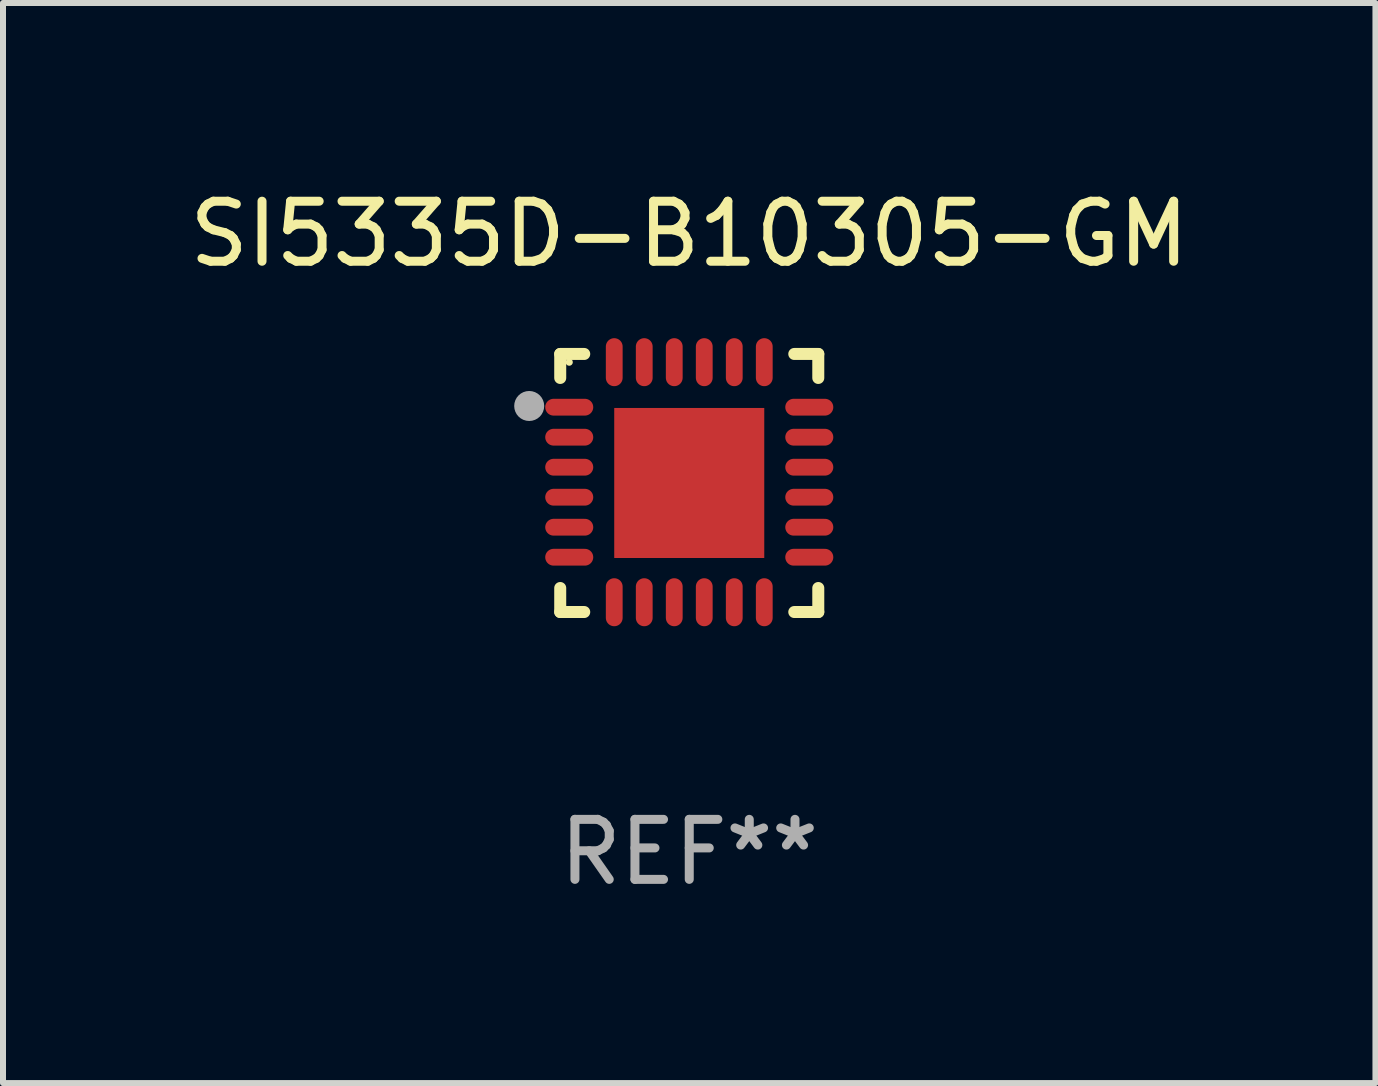
<source format=kicad_pcb>
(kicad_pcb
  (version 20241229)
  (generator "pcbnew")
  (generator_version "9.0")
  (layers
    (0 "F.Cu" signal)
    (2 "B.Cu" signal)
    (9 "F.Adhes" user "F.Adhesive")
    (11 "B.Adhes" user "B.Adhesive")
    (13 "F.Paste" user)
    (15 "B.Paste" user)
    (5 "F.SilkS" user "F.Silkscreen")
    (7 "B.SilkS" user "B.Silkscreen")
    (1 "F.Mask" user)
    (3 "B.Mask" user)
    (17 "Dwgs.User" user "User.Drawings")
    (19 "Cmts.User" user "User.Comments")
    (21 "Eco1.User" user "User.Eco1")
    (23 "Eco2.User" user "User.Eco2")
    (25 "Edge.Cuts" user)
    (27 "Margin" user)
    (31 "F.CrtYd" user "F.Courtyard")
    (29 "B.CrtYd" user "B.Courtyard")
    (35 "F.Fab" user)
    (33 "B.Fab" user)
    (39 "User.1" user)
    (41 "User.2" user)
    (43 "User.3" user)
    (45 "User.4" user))
  (footprint "SI5335D-B10305-GM"
    (layer "F.Cu")
    (at 8.435 4.998)
    (property "Reference" "SI5335D-B10305-GM" (at 0 -4.15 0) (layer "F.SilkS") (effects (font (size 1 1) (thickness 0.15))))
    (attr through_hole)
    (fp_line (start -2.15 -2.15) (end -1.75 -2.15) (stroke (width 0.2) (type solid)) (layer "F.SilkS"))
    (fp_line (start -2.15 -1.75) (end -2.15 -2.15) (stroke (width 0.2) (type solid)) (layer "F.SilkS"))
    (fp_line (start -2.15 2.15) (end -2.15 1.75) (stroke (width 0.2) (type solid)) (layer "F.SilkS"))
    (fp_line (start -1.75 2.15) (end -2.15 2.15) (stroke (width 0.2) (type solid)) (layer "F.SilkS"))
    (fp_line (start 1.75 -2.15) (end 2.15 -2.15) (stroke (width 0.2) (type solid)) (layer "F.SilkS"))
    (fp_line (start 1.75 2.15) (end 2.15 2.15) (stroke (width 0.2) (type solid)) (layer "F.SilkS"))
    (fp_line (start 2.15 -2.15) (end 2.15 -1.75) (stroke (width 0.2) (type solid)) (layer "F.SilkS"))
    (fp_line (start 2.15 2.15) (end 2.15 1.75) (stroke (width 0.2) (type solid)) (layer "F.SilkS"))
    (fp_circle (center -2 -2.013) (end -1.97 -2.013) (stroke (width 0.06) (type solid)) (fill no) (layer "F.SilkS"))
    (fp_circle (center -2.667 -1.283) (end -2.542 -1.283) (stroke (width 0.25) (type solid)) (fill no) (layer "F.Fab"))
    (fp_text user "REF**" (at 0 6.15 0) (layer "F.Fab") (effects (font (size 1 1) (thickness 0.15))))
    (pad "1" smd oval (at -2 -1.263) (size 0.8 0.28) (layers "F.Cu" "F.Mask" "F.Paste"))
    (pad "2" smd oval (at -2 -0.763) (size 0.8 0.28) (layers "F.Cu" "F.Mask" "F.Paste"))
    (pad "3" smd oval (at -2 -0.263) (size 0.8 0.28) (layers "F.Cu" "F.Mask" "F.Paste"))
    (pad "4" smd oval (at -2 0.237) (size 0.8 0.28) (layers "F.Cu" "F.Mask" "F.Paste"))
    (pad "5" smd oval (at -2 0.737) (size 0.8 0.28) (layers "F.Cu" "F.Mask" "F.Paste"))
    (pad "6" smd oval (at -2 1.237) (size 0.8 0.28) (layers "F.Cu" "F.Mask" "F.Paste"))
    (pad "7" smd oval (at -1.25 1.987) (size 0.28 0.8) (layers "F.Cu" "F.Mask" "F.Paste"))
    (pad "8" smd oval (at -0.75 1.987) (size 0.28 0.8) (layers "F.Cu" "F.Mask" "F.Paste"))
    (pad "9" smd oval (at -0.25 1.987) (size 0.28 0.8) (layers "F.Cu" "F.Mask" "F.Paste"))
    (pad "10" smd oval (at 0.25 1.987) (size 0.28 0.8) (layers "F.Cu" "F.Mask" "F.Paste"))
    (pad "11" smd oval (at 0.75 1.987) (size 0.28 0.8) (layers "F.Cu" "F.Mask" "F.Paste"))
    (pad "12" smd oval (at 1.25 1.987) (size 0.28 0.8) (layers "F.Cu" "F.Mask" "F.Paste"))
    (pad "13" smd oval (at 2 1.237) (size 0.8 0.28) (layers "F.Cu" "F.Mask" "F.Paste"))
    (pad "14" smd oval (at 2 0.737) (size 0.8 0.28) (layers "F.Cu" "F.Mask" "F.Paste"))
    (pad "15" smd oval (at 2 0.237) (size 0.8 0.28) (layers "F.Cu" "F.Mask" "F.Paste"))
    (pad "16" smd oval (at 2 -0.263) (size 0.8 0.28) (layers "F.Cu" "F.Mask" "F.Paste"))
    (pad "17" smd oval (at 2 -0.763) (size 0.8 0.28) (layers "F.Cu" "F.Mask" "F.Paste"))
    (pad "18" smd oval (at 2 -1.263) (size 0.8 0.28) (layers "F.Cu" "F.Mask" "F.Paste"))
    (pad "19" smd oval (at 1.25 -2.013) (size 0.28 0.8) (layers "F.Cu" "F.Mask" "F.Paste"))
    (pad "20" smd oval (at 0.75 -2.013) (size 0.28 0.8) (layers "F.Cu" "F.Mask" "F.Paste"))
    (pad "21" smd oval (at 0.25 -2.013) (size 0.28 0.8) (layers "F.Cu" "F.Mask" "F.Paste"))
    (pad "22" smd oval (at -0.25 -2.013) (size 0.28 0.8) (layers "F.Cu" "F.Mask" "F.Paste"))
    (pad "23" smd oval (at -0.75 -2.013) (size 0.28 0.8) (layers "F.Cu" "F.Mask" "F.Paste"))
    (pad "24" smd oval (at -1.25 -2.013) (size 0.28 0.8) (layers "F.Cu" "F.Mask" "F.Paste"))
    (pad "25" smd rect (at -0.000127 -0.00014) (size 2.5 2.5) (layers "F.Cu" "F.Mask" "F.Paste")))
  (gr_rect
    (start -3 -3)
    (end 19.869 14.997)
    (stroke (width 0.1) (type default))
    (fill no)
    (layer "Edge.Cuts")))
</source>
